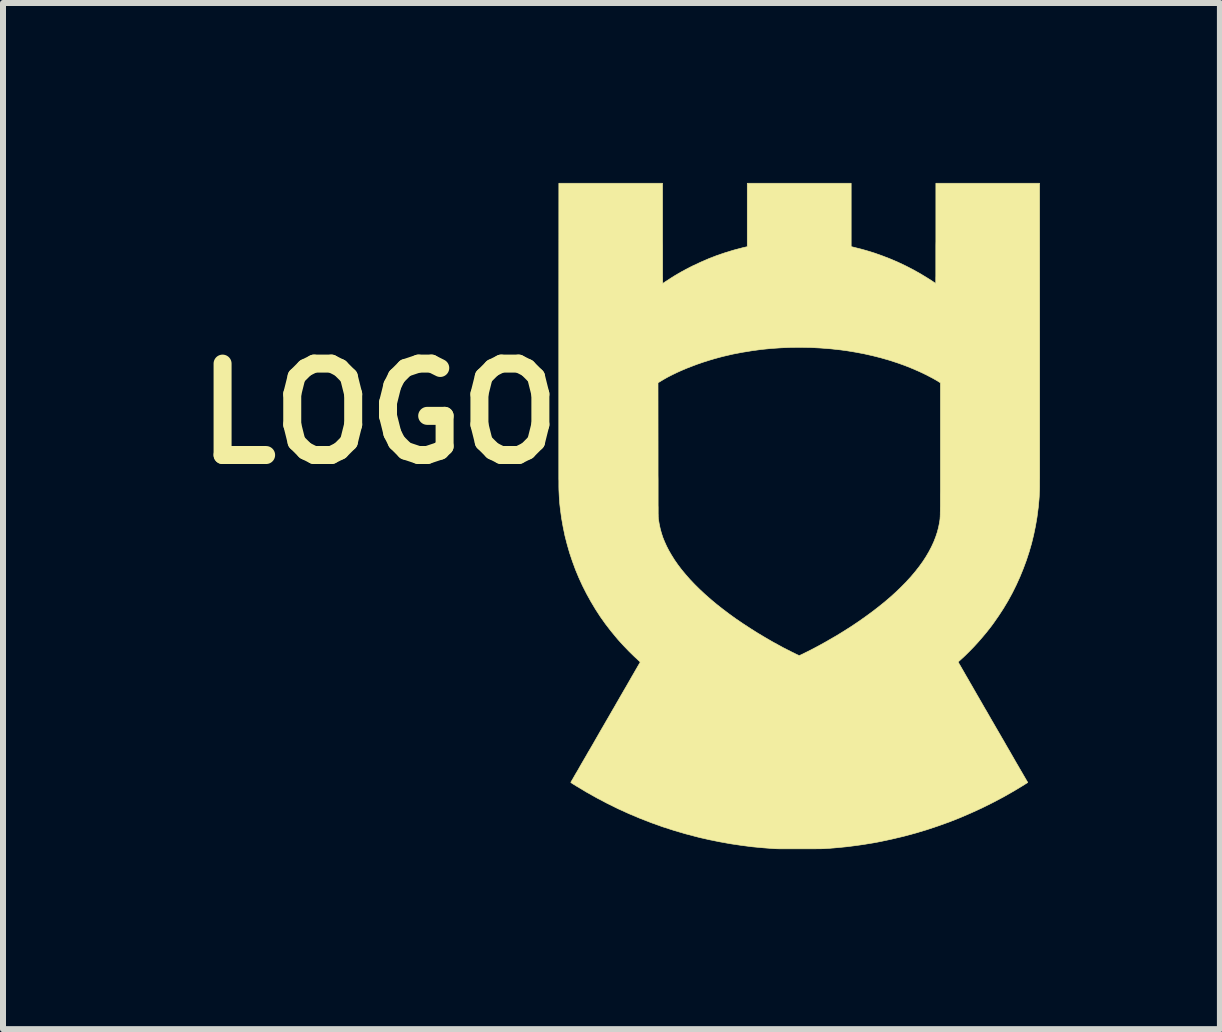
<source format=kicad_pcb>
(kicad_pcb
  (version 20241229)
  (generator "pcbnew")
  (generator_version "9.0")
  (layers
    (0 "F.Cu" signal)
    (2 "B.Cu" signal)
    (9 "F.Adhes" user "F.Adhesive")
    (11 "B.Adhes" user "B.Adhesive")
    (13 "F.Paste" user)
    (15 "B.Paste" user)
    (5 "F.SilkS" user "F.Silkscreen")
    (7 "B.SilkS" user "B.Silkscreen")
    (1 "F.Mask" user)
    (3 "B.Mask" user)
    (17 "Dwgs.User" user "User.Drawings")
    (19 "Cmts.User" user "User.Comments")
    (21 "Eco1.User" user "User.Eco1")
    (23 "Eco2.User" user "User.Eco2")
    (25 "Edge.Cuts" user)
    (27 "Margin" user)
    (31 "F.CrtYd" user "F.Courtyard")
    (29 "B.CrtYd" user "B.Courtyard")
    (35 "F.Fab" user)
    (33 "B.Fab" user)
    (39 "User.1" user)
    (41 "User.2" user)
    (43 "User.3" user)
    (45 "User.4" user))
  (footprint "LOGO"
    (layer "F.Cu")
    (at 10.273 4.046)
    (property "Reference" "LOGO" (at -7 -0.2 0) (layer "F.SilkS") (effects (font (size 1.524 1.524) (thickness 0.3))))
    (attr through_hole)
    (fp_poly (pts (xy -2.278 -3.206) (xy -2.278 -3.138) (xy -2.278 -3.071) (xy -2.277 -3.006) (xy -2.277 -2.942) (xy -2.277 -2.881) (xy -2.277 -2.823) (xy -2.277 -2.767) (xy -2.277 -2.713) (xy -2.277 -2.663) (xy -2.277 -2.616) (xy -2.277 -2.572) (xy -2.277 -2.532) (xy -2.277 -2.496) (xy -2.276 -2.464) (xy -2.276 -2.437) (xy -2.276 -2.414) (xy -2.276 -2.395) (xy -2.276 -2.382) (xy -2.276 -2.374) (xy -2.275 -2.371) (xy -2.273 -2.373) (xy -2.266 -2.377) (xy -2.255 -2.384) (xy -2.242 -2.393) (xy -2.227 -2.403) (xy -2.211 -2.413) (xy -2.145 -2.456) (xy -2.08 -2.497) (xy -2.016 -2.535) (xy -1.951 -2.572) (xy -1.884 -2.608) (xy -1.813 -2.645) (xy -1.777 -2.663) (xy -1.642 -2.726) (xy -1.506 -2.785) (xy -1.369 -2.838) (xy -1.23 -2.885) (xy -1.088 -2.928) (xy -0.944 -2.966) (xy -0.888 -2.979) (xy -0.866 -2.984) (xy -0.866 -4.041) (xy 0.866 -4.041) (xy 0.866 -2.984) (xy 0.883 -2.981) (xy 0.899 -2.977) (xy 0.919 -2.972) (xy 0.943 -2.966) (xy 0.97 -2.959) (xy 0.998 -2.952) (xy 1.027 -2.945) (xy 1.055 -2.937) (xy 1.081 -2.93) (xy 1.106 -2.923) (xy 1.117 -2.92) (xy 1.25 -2.879) (xy 1.383 -2.832) (xy 1.515 -2.781) (xy 1.646 -2.725) (xy 1.775 -2.664) (xy 1.901 -2.599) (xy 2.024 -2.53) (xy 2.144 -2.457) (xy 2.23 -2.402) (xy 2.243 -2.392) (xy 2.256 -2.384) (xy 2.266 -2.377) (xy 2.273 -2.373) (xy 2.275 -2.371) (xy 2.276 -2.374) (xy 2.276 -2.382) (xy 2.276 -2.395) (xy 2.276 -2.414) (xy 2.276 -2.437) (xy 2.276 -2.464) (xy 2.277 -2.496) (xy 2.277 -2.532) (xy 2.277 -2.572) (xy 2.277 -2.616) (xy 2.277 -2.663) (xy 2.277 -2.713) (xy 2.277 -2.767) (xy 2.277 -2.823) (xy 2.277 -2.882) (xy 2.277 -2.943) (xy 2.277 -3.006) (xy 2.278 -3.071) (xy 2.278 -3.138) (xy 2.278 -3.206) (xy 2.278 -4.041) (xy 4.007 -4.041) (xy 4.008 -1.566) (xy 4.008 -1.447) (xy 4.008 -1.329) (xy 4.008 -1.213) (xy 4.008 -1.098) (xy 4.008 -0.985) (xy 4.008 -0.873) (xy 4.008 -0.764) (xy 4.008 -0.656) (xy 4.008 -0.55) (xy 4.008 -0.447) (xy 4.008 -0.346) (xy 4.008 -0.247) (xy 4.008 -0.152) (xy 4.008 -0.058) (xy 4.008 0.032) (xy 4.008 0.119) (xy 4.008 0.203) (xy 4.008 0.283) (xy 4.008 0.361) (xy 4.008 0.434) (xy 4.008 0.504) (xy 4.008 0.57) (xy 4.008 0.632) (xy 4.008 0.69) (xy 4.008 0.743) (xy 4.008 0.793) (xy 4.008 0.837) (xy 4.008 0.877) (xy 4.007 0.912) (xy 4.007 0.943) (xy 4.007 0.968) (xy 4.007 0.988) (xy 4.007 1.003) (xy 4.007 1.012) (xy 4.007 1.013) (xy 4.006 1.073) (xy 4.003 1.129) (xy 4.001 1.183) (xy 3.997 1.236) (xy 3.992 1.291) (xy 3.987 1.348) (xy 3.983 1.379) (xy 3.964 1.526) (xy 3.939 1.672) (xy 3.909 1.817) (xy 3.874 1.961) (xy 3.833 2.103) (xy 3.787 2.244) (xy 3.735 2.384) (xy 3.679 2.521) (xy 3.618 2.656) (xy 3.552 2.789) (xy 3.481 2.919) (xy 3.405 3.046) (xy 3.324 3.17) (xy 3.239 3.292) (xy 3.194 3.353) (xy 3.128 3.437) (xy 3.058 3.521) (xy 2.986 3.604) (xy 2.912 3.685) (xy 2.836 3.763) (xy 2.761 3.837) (xy 2.685 3.907) (xy 2.673 3.917) (xy 2.664 3.926) (xy 2.656 3.933) (xy 2.651 3.938) (xy 2.65 3.94) (xy 2.651 3.943) (xy 2.656 3.95) (xy 2.662 3.962) (xy 2.671 3.978) (xy 2.683 3.998) (xy 2.697 4.022) (xy 2.713 4.05) (xy 2.731 4.081) (xy 2.751 4.116) (xy 2.772 4.153) (xy 2.796 4.194) (xy 2.821 4.237) (xy 2.847 4.283) (xy 2.875 4.331) (xy 2.904 4.382) (xy 2.934 4.434) (xy 2.965 4.488) (xy 2.997 4.543) (xy 3.03 4.6) (xy 3.063 4.658) (xy 3.097 4.717) (xy 3.132 4.776) (xy 3.166 4.836) (xy 3.201 4.897) (xy 3.236 4.957) (xy 3.271 5.018) (xy 3.306 5.078) (xy 3.341 5.138) (xy 3.375 5.197) (xy 3.409 5.255) (xy 3.442 5.313) (xy 3.474 5.369) (xy 3.506 5.423) (xy 3.536 5.476) (xy 3.566 5.528) (xy 3.594 5.577) (xy 3.621 5.624) (xy 3.647 5.668) (xy 3.671 5.71) (xy 3.694 5.749) (xy 3.715 5.785) (xy 3.734 5.818) (xy 3.751 5.847) (xy 3.766 5.873) (xy 3.779 5.895) (xy 3.789 5.913) (xy 3.797 5.926) (xy 3.803 5.936) (xy 3.806 5.94) (xy 3.806 5.941) (xy 3.809 5.946) (xy 3.808 5.949) (xy 3.805 5.951) (xy 3.798 5.956) (xy 3.788 5.962) (xy 3.774 5.971) (xy 3.759 5.98) (xy 3.749 5.987) (xy 3.577 6.091) (xy 3.403 6.19) (xy 3.227 6.283) (xy 3.048 6.372) (xy 2.867 6.455) (xy 2.684 6.534) (xy 2.499 6.607) (xy 2.312 6.674) (xy 2.123 6.737) (xy 1.932 6.794) (xy 1.739 6.846) (xy 1.544 6.892) (xy 1.348 6.934) (xy 1.224 6.957) (xy 1.118 6.974) (xy 1.008 6.991) (xy 0.896 7.006) (xy 0.784 7.02) (xy 0.672 7.031) (xy 0.563 7.041) (xy 0.556 7.041) (xy 0.534 7.043) (xy 0.514 7.045) (xy 0.496 7.046) (xy 0.479 7.047) (xy 0.463 7.048) (xy 0.448 7.049) (xy 0.433 7.05) (xy 0.418 7.051) (xy 0.401 7.052) (xy 0.384 7.052) (xy 0.366 7.053) (xy 0.346 7.053) (xy 0.323 7.053) (xy 0.298 7.053) (xy 0.271 7.054) (xy 0.239 7.054) (xy 0.204 7.054) (xy 0.165 7.054) (xy 0.122 7.054) (xy 0.073 7.054) (xy 0.021 7.054) (xy -0.037 7.054) (xy -0.09 7.054) (xy -0.138 7.054) (xy -0.181 7.054) (xy -0.22 7.054) (xy -0.254 7.054) (xy -0.285 7.054) (xy -0.312 7.054) (xy -0.336 7.054) (xy -0.356 7.053) (xy -0.374 7.053) (xy -0.389 7.052) (xy -0.402 7.052) (xy -0.414 7.051) (xy -0.418 7.051) (xy -0.602 7.037) (xy -0.783 7.02) (xy -0.961 6.997) (xy -1.137 6.971) (xy -1.311 6.94) (xy -1.485 6.905) (xy -1.659 6.866) (xy -1.701 6.855) (xy -1.895 6.804) (xy -2.086 6.748) (xy -2.276 6.687) (xy -2.463 6.62) (xy -2.649 6.548) (xy -2.832 6.471) (xy -3.013 6.389) (xy -3.192 6.301) (xy -3.369 6.208) (xy -3.544 6.11) (xy -3.716 6.007) (xy -3.744 5.989) (xy -3.764 5.977) (xy -3.779 5.968) (xy -3.79 5.96) (xy -3.798 5.955) (xy -3.803 5.951) (xy -3.806 5.948) (xy -3.807 5.946) (xy -3.807 5.944) (xy -3.806 5.942) (xy -3.804 5.939) (xy -3.8 5.932) (xy -3.793 5.92) (xy -3.783 5.903) (xy -3.771 5.883) (xy -3.757 5.858) (xy -3.741 5.83) (xy -3.723 5.799) (xy -3.702 5.764) (xy -3.68 5.726) (xy -3.657 5.685) (xy -3.632 5.641) (xy -3.605 5.595) (xy -3.577 5.547) (xy -3.548 5.497) (xy -3.518 5.444) (xy -3.486 5.39) (xy -3.454 5.335) (xy -3.421 5.278) (xy -3.388 5.22) (xy -3.354 5.161) (xy -3.32 5.101) (xy -3.285 5.041) (xy -3.25 4.981) (xy -3.215 4.92) (xy -3.18 4.86) (xy -3.145 4.799) (xy -3.111 4.74) (xy -3.076 4.68) (xy -3.043 4.622) (xy -3.01 4.565) (xy -2.978 4.509) (xy -2.946 4.454) (xy -2.916 4.402) (xy -2.886 4.351) (xy -2.858 4.302) (xy -2.831 4.255) (xy -2.806 4.211) (xy -2.782 4.169) (xy -2.759 4.13) (xy -2.739 4.095) (xy -2.72 4.062) (xy -2.703 4.033) (xy -2.689 4.008) (xy -2.676 3.986) (xy -2.666 3.969) (xy -2.658 3.955) (xy -2.653 3.946) (xy -2.651 3.942) (xy -2.651 3.942) (xy -2.652 3.939) (xy -2.658 3.933) (xy -2.667 3.924) (xy -2.678 3.914) (xy -2.691 3.902) (xy -2.701 3.892) (xy -2.745 3.852) (xy -2.79 3.808) (xy -2.837 3.762) (xy -2.884 3.713) (xy -2.931 3.664) (xy -2.977 3.614) (xy -3.021 3.565) (xy -3.043 3.539) (xy -3.138 3.424) (xy -3.229 3.306) (xy -3.315 3.185) (xy -3.396 3.06) (xy -3.472 2.933) (xy -3.544 2.803) (xy -3.611 2.671) (xy -3.673 2.536) (xy -3.73 2.399) (xy -3.781 2.26) (xy -3.828 2.12) (xy -3.869 1.977) (xy -3.906 1.833) (xy -3.936 1.687) (xy -3.962 1.54) (xy -3.982 1.392) (xy -3.991 1.311) (xy -3.996 1.25) (xy -4 1.191) (xy -4.003 1.131) (xy -4.006 1.069) (xy -4.007 1.015) (xy -4.007 1.007) (xy -4.007 0.993) (xy -4.007 0.975) (xy -4.007 0.951) (xy -4.007 0.922) (xy -4.008 0.888) (xy -4.008 0.849) (xy -4.008 0.805) (xy -4.008 0.757) (xy -4.008 0.705) (xy -4.008 0.648) (xy -4.008 0.587) (xy -4.008 0.522) (xy -4.008 0.453) (xy -4.008 0.38) (xy -4.008 0.304) (xy -4.008 0.224) (xy -4.008 0.141) (xy -4.008 0.054) (xy -4.008 -0.035) (xy -4.008 -0.128) (xy -4.008 -0.223) (xy -4.008 -0.321) (xy -4.008 -0.421) (xy -4.008 -0.524) (xy -4.008 -0.629) (xy -4.008 -0.714) (xy -2.354 -0.714) (xy -2.353 0.404) (xy -2.353 0.499) (xy -2.353 0.589) (xy -2.353 0.673) (xy -2.353 0.752) (xy -2.353 0.826) (xy -2.352 0.895) (xy -2.352 0.96) (xy -2.352 1.02) (xy -2.352 1.076) (xy -2.352 1.127) (xy -2.352 1.175) (xy -2.352 1.219) (xy -2.352 1.259) (xy -2.352 1.296) (xy -2.352 1.329) (xy -2.351 1.36) (xy -2.351 1.387) (xy -2.351 1.412) (xy -2.351 1.434) (xy -2.351 1.454) (xy -2.351 1.471) (xy -2.35 1.486) (xy -2.35 1.499) (xy -2.35 1.511) (xy -2.35 1.52) (xy -2.349 1.529) (xy -2.349 1.536) (xy -2.349 1.542) (xy -2.348 1.547) (xy -2.348 1.551) (xy -2.348 1.555) (xy -2.347 1.558) (xy -2.334 1.637) (xy -2.318 1.713) (xy -2.298 1.787) (xy -2.274 1.861) (xy -2.245 1.933) (xy -2.212 2.006) (xy -2.174 2.08) (xy -2.132 2.153) (xy -2.081 2.235) (xy -2.024 2.317) (xy -1.961 2.4) (xy -1.893 2.482) (xy -1.82 2.565) (xy -1.742 2.647) (xy -1.658 2.73) (xy -1.57 2.812) (xy -1.477 2.894) (xy -1.379 2.976) (xy -1.276 3.057) (xy -1.169 3.138) (xy -1.057 3.219) (xy -0.941 3.298) (xy -0.82 3.377) (xy -0.695 3.456) (xy -0.566 3.533) (xy -0.433 3.61) (xy -0.306 3.679) (xy -0.29 3.688) (xy -0.272 3.698) (xy -0.251 3.709) (xy -0.228 3.72) (xy -0.204 3.733) (xy -0.179 3.745) (xy -0.153 3.758) (xy -0.129 3.771) (xy -0.104 3.783) (xy -0.081 3.794) (xy -0.06 3.805) (xy -0.042 3.814) (xy -0.026 3.821) (xy -0.013 3.827) (xy -0.005 3.831) (xy -0.001 3.833) (xy -0.001 3.833) (xy 0.003 3.831) (xy 0.011 3.828) (xy 0.023 3.823) (xy 0.037 3.816) (xy 0.053 3.809) (xy 0.061 3.805) (xy 0.105 3.783) (xy 0.154 3.759) (xy 0.205 3.733) (xy 0.258 3.705) (xy 0.311 3.677) (xy 0.364 3.648) (xy 0.416 3.619) (xy 0.465 3.592) (xy 0.488 3.578) (xy 0.62 3.502) (xy 0.747 3.424) (xy 0.871 3.345) (xy 0.99 3.265) (xy 1.105 3.184) (xy 1.216 3.103) (xy 1.322 3.021) (xy 1.424 2.939) (xy 1.52 2.857) (xy 1.612 2.774) (xy 1.698 2.691) (xy 1.779 2.609) (xy 1.855 2.526) (xy 1.864 2.516) (xy 1.934 2.433) (xy 2 2.349) (xy 2.06 2.266) (xy 2.114 2.183) (xy 2.162 2.101) (xy 2.205 2.019) (xy 2.243 1.937) (xy 2.275 1.855) (xy 2.302 1.774) (xy 2.323 1.693) (xy 2.337 1.624) (xy 2.338 1.616) (xy 2.34 1.608) (xy 2.341 1.601) (xy 2.342 1.594) (xy 2.343 1.588) (xy 2.344 1.581) (xy 2.345 1.573) (xy 2.346 1.565) (xy 2.347 1.557) (xy 2.348 1.548) (xy 2.348 1.538) (xy 2.349 1.526) (xy 2.35 1.514) (xy 2.35 1.499) (xy 2.351 1.483) (xy 2.351 1.466) (xy 2.351 1.446) (xy 2.352 1.424) (xy 2.352 1.399) (xy 2.352 1.372) (xy 2.353 1.343) (xy 2.353 1.31) (xy 2.353 1.274) (xy 2.353 1.236) (xy 2.353 1.193) (xy 2.353 1.147) (xy 2.354 1.097) (xy 2.354 1.044) (xy 2.354 0.986) (xy 2.354 0.924) (xy 2.354 0.857) (xy 2.354 0.786) (xy 2.354 0.71) (xy 2.354 0.629) (xy 2.354 0.543) (xy 2.354 0.451) (xy 2.354 0.382) (xy 2.354 -0.714) (xy 2.329 -0.73) (xy 2.299 -0.749) (xy 2.264 -0.769) (xy 2.225 -0.791) (xy 2.181 -0.814) (xy 2.133 -0.839) (xy 2.124 -0.844) (xy 2.007 -0.9) (xy 1.885 -0.953) (xy 1.76 -1.003) (xy 1.631 -1.049) (xy 1.498 -1.092) (xy 1.362 -1.131) (xy 1.224 -1.166) (xy 1.082 -1.198) (xy 0.939 -1.225) (xy 0.794 -1.249) (xy 0.691 -1.263) (xy 0.527 -1.281) (xy 0.362 -1.294) (xy 0.196 -1.303) (xy 0.03 -1.306) (xy -0.135 -1.305) (xy -0.3 -1.298) (xy -0.464 -1.287) (xy -0.627 -1.271) (xy -0.788 -1.249) (xy -0.948 -1.223) (xy -1.105 -1.193) (xy -1.26 -1.157) (xy -1.322 -1.141) (xy -1.417 -1.115) (xy -1.512 -1.087) (xy -1.605 -1.057) (xy -1.698 -1.025) (xy -1.788 -0.991) (xy -1.876 -0.957) (xy -1.961 -0.921) (xy -2.043 -0.884) (xy -2.121 -0.846) (xy -2.195 -0.808) (xy -2.264 -0.769) (xy -2.328 -0.73) (xy -2.335 -0.726) (xy -2.354 -0.714) (xy -4.008 -0.714) (xy -4.008 -0.736) (xy -4.008 -0.846) (xy -4.008 -0.957) (xy -4.008 -1.07) (xy -4.008 -1.184) (xy -4.008 -1.3) (xy -4.008 -1.417) (xy -4.008 -1.536) (xy -4.008 -1.566) (xy -4.007 -4.041) (xy -2.278 -4.041) (xy -2.278 -3.206)) (stroke (width 0.01) (type solid)) (fill yes) (layer "F.SilkS")))
  (gr_rect
    (start -3 -3)
    (end 17.286 14.106)
    (stroke (width 0.1) (type default))
    (fill no)
    (layer "Edge.Cuts")))
</source>
